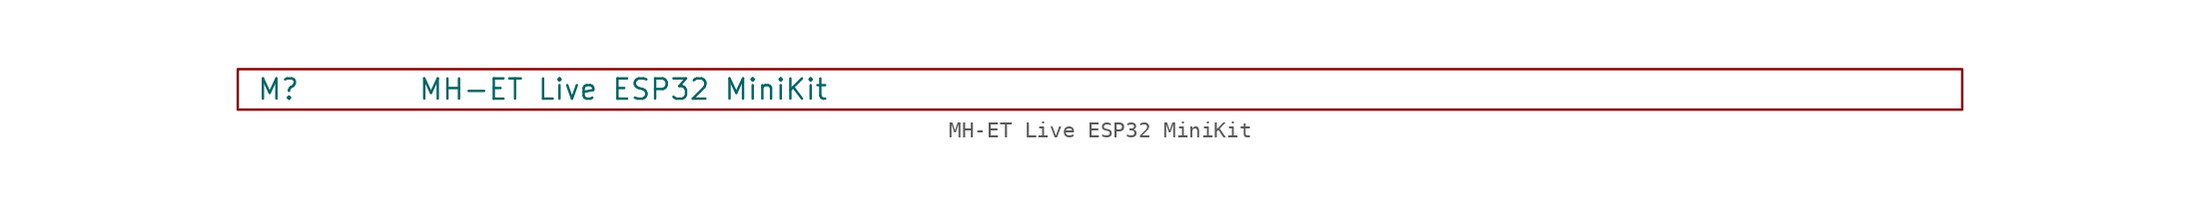
<source format=kicad_sym>
(kicad_symbol_lib
  (version 20231120)
  (generator "kicad_symbol_editor")
  (generator_version "8.0")
  (symbol "MH-ET Live ESP32 MiniKit"
    (property "Reference" "M"
      (at 2.54 1.27 0)
      (effects (font (size 1.27 1.27))))
    (property "Value" "MH-ET Live ESP32 MiniKit"
      (at 24.13 1.27 0)
      (effects (font (size 1.27 1.27))))
    (symbol "MH-ET Live ESP32 MiniKit_0_1"
      (rectangle (start 0 2.54) (end 107.95 0) (stroke (width 0.152) (type default)) (fill (type none))))))
</source>
